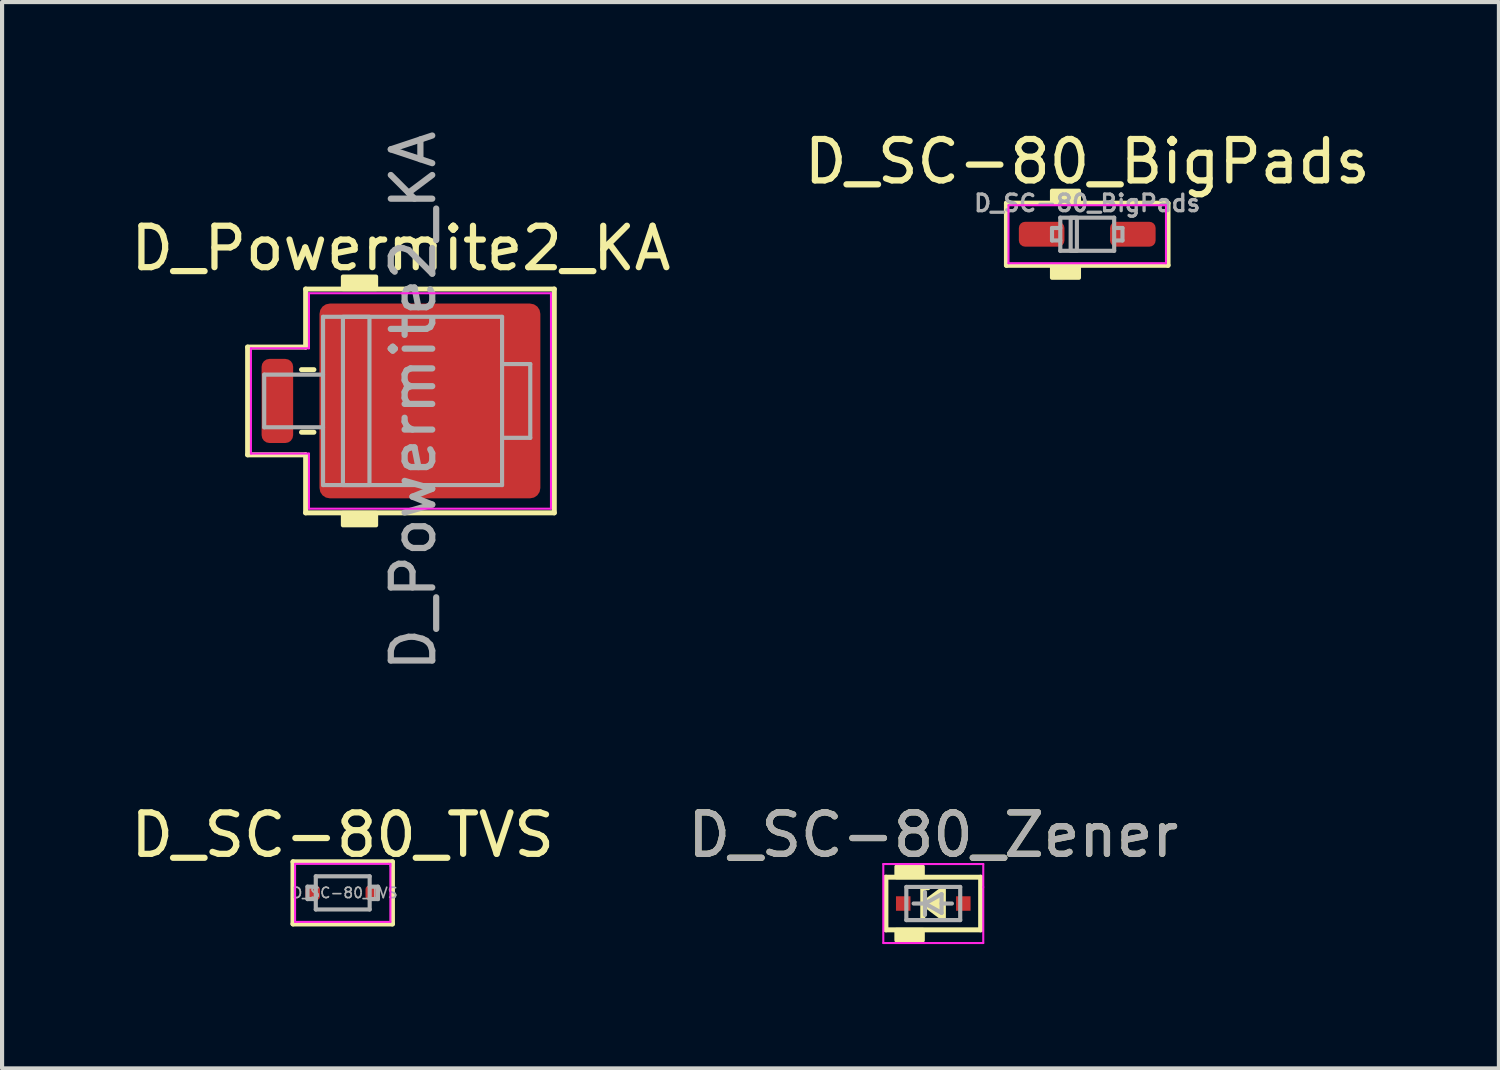
<source format=kicad_pcb>
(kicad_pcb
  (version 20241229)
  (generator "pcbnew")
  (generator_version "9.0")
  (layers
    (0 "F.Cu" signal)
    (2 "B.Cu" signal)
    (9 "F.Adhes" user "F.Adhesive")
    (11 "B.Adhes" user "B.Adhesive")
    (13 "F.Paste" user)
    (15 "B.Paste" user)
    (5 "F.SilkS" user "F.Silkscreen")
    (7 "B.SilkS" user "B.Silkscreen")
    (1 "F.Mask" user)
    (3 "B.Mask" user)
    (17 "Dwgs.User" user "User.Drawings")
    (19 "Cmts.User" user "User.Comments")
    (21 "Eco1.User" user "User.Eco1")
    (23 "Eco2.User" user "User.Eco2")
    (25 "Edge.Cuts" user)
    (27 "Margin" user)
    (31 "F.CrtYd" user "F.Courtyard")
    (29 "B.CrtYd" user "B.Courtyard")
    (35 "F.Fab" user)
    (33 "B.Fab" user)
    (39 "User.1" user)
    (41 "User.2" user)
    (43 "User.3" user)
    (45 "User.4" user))
  (footprint "D_Powermite2_KA"
    (layer "F.Cu")
    (at 6.625 6.625)
    (property "Reference" "D_Powermite2_KA" (at 0 -3.683 0) (layer "F.SilkS") (effects (font (size 1 1) (thickness 0.15))))
    (attr smd)
    (fp_line (start -3.7 -1.3) (end -2.3 -1.3) (stroke (width 0.12) (type solid)) (layer "F.SilkS"))
    (fp_line (start -3.7 1.3) (end -3.7 -1.3) (stroke (width 0.12) (type solid)) (layer "F.SilkS"))
    (fp_line (start -2.4 -0.755) (end -2.1 -0.755) (stroke (width 0.12) (type solid)) (layer "F.SilkS"))
    (fp_line (start -2.4 0.755) (end -2.1 0.755) (stroke (width 0.12) (type solid)) (layer "F.SilkS"))
    (fp_line (start -2.3 -2.7) (end -2.3 -1.3) (stroke (width 0.12) (type solid)) (layer "F.SilkS"))
    (fp_line (start -2.3 -2.7) (end 3.7 -2.7) (stroke (width 0.12) (type solid)) (layer "F.SilkS"))
    (fp_line (start -2.3 1.3) (end -3.7 1.3) (stroke (width 0.12) (type solid)) (layer "F.SilkS"))
    (fp_line (start -2.3 2.7) (end -2.3 1.3) (stroke (width 0.12) (type solid)) (layer "F.SilkS"))
    (fp_line (start -2.3 2.7) (end 3.7 2.7) (stroke (width 0.12) (type solid)) (layer "F.SilkS"))
    (fp_line (start 3.7 2.7) (end 3.7 -2.7) (stroke (width 0.12) (type solid)) (layer "F.SilkS"))
    (fp_poly (pts (xy -0.6 -2.7) (xy -1.4 -2.7) (xy -1.4 -3) (xy -0.6 -3)) (stroke (width 0.1) (type solid)) (fill yes) (layer "F.SilkS"))
    (fp_poly (pts (xy -0.6 3) (xy -1.4 3) (xy -1.4 2.7) (xy -0.6 2.7)) (stroke (width 0.1) (type solid)) (fill yes) (layer "F.SilkS"))
    (fp_line (start -3.62 -1.27) (end -3.62 1.27) (stroke (width 0.05) (type solid)) (layer "F.CrtYd"))
    (fp_line (start -3.62 1.27) (end -2.22 1.27) (stroke (width 0.05) (type solid)) (layer "F.CrtYd"))
    (fp_line (start -2.22 -2.6) (end -2.22 -1.27) (stroke (width 0.05) (type solid)) (layer "F.CrtYd"))
    (fp_line (start -2.22 -1.27) (end -3.62 -1.27) (stroke (width 0.05) (type solid)) (layer "F.CrtYd"))
    (fp_line (start -2.22 1.27) (end -2.22 2.6) (stroke (width 0.05) (type solid)) (layer "F.CrtYd"))
    (fp_line (start -2.22 2.6) (end 3.62 2.6) (stroke (width 0.05) (type solid)) (layer "F.CrtYd"))
    (fp_line (start 3.62 -2.6) (end -2.22 -2.6) (stroke (width 0.05) (type solid)) (layer "F.CrtYd"))
    (fp_line (start 3.62 2.6) (end 3.62 -2.6) (stroke (width 0.05) (type solid)) (layer "F.CrtYd"))
    (fp_line (start -3.3 -0.635) (end -3.3 0.635) (stroke (width 0.1) (type solid)) (layer "F.Fab"))
    (fp_line (start -3.3 -0.635) (end -1.88 -0.635) (stroke (width 0.1) (type solid)) (layer "F.Fab"))
    (fp_line (start -3.3 0.635) (end -1.88 0.635) (stroke (width 0.1) (type solid)) (layer "F.Fab"))
    (fp_line (start -1.88 -2.03) (end -1.88 2.03) (stroke (width 0.1) (type solid)) (layer "F.Fab"))
    (fp_line (start -1.88 2.03) (end 2.44 2.03) (stroke (width 0.1) (type solid)) (layer "F.Fab"))
    (fp_line (start 2.44 -2.03) (end -1.88 -2.03) (stroke (width 0.1) (type solid)) (layer "F.Fab"))
    (fp_line (start 2.44 -0.89) (end 3.12 -0.89) (stroke (width 0.1) (type solid)) (layer "F.Fab"))
    (fp_line (start 2.44 2.03) (end 2.44 -2.03) (stroke (width 0.1) (type solid)) (layer "F.Fab"))
    (fp_line (start 3.12 -0.89) (end 3.12 0.89) (stroke (width 0.1) (type solid)) (layer "F.Fab"))
    (fp_line (start 3.12 0.89) (end 2.44 0.89) (stroke (width 0.1) (type solid)) (layer "F.Fab"))
    (fp_rect (start -1.4 -2.03) (end -0.76 2.03) (stroke (width 0.1) (type solid)) (fill no) (layer "F.Fab"))
    (fp_text user "${REFERENCE}" (at 0.3 0 90) (layer "F.Fab") (effects (font (size 1 1) (thickness 0.15))))
    (pad "" smd roundrect (at -0.7 1.2) (size 2.3 2) (layers "F.Paste") (roundrect_rratio 0.125))
    (pad "" smd roundrect (at -0.65 -1.2) (size 2.3 2) (layers "F.Paste") (roundrect_rratio 0.125))
    (pad "" smd roundrect (at 2.1 -1.2) (size 2.3 2) (layers "F.Paste") (roundrect_rratio 0.125))
    (pad "" smd roundrect (at 2.1 1.2) (size 2.3 2) (layers "F.Paste") (roundrect_rratio 0.125))
    (pad "1" smd roundrect (at -2.982 0) (size 0.762 2.03) (layers "F.Cu" "F.Mask" "F.Paste") (roundrect_rratio 0.25))
    (pad "2" smd roundrect (at 0.699 0) (size 5.33 4.7) (layers "F.Cu" "F.Mask") (roundrect_rratio 0.053)))
  (footprint "D_SC-80_Zener"
    (layer "F.Cu")
    (at 19.47 18.752)
    (property "Reference" "D_SC-80_Zener" (at 0 -1.654 0) (layer "F.SilkS") (effects (font (size 1 1) (thickness 0.15))))
    (attr smd)
    (fp_line (start -1.143 -0.635) (end 1.143 -0.635) (stroke (width 0.12) (type solid)) (layer "F.SilkS"))
    (fp_line (start -1.143 0.635) (end -1.143 -0.635) (stroke (width 0.12) (type solid)) (layer "F.SilkS"))
    (fp_line (start -0.254 -0.381) (end -0.254 0.381) (stroke (width 0.12) (type solid)) (layer "F.SilkS"))
    (fp_line (start -0.254 -0.381) (end -0.127 -0.381) (stroke (width 0.12) (type solid)) (layer "F.SilkS"))
    (fp_line (start 1.143 -0.635) (end 1.143 0.635) (stroke (width 0.12) (type solid)) (layer "F.SilkS"))
    (fp_line (start 1.143 0.635) (end -1.143 0.635) (stroke (width 0.12) (type solid)) (layer "F.SilkS"))
    (fp_poly (pts (xy 0.254 0.381) (xy -0.254 0) (xy 0.254 -0.381)) (stroke (width 0.1) (type solid)) (fill yes) (layer "F.SilkS"))
    (fp_poly (pts (xy -0.254 -0.635) (xy -0.889 -0.635) (xy -0.889 -0.889) (xy -0.254 -0.889)) (stroke (width 0.1) (type solid)) (fill yes) (layer "F.SilkS"))
    (fp_poly (pts (xy -0.254 0.889) (xy -0.889 0.889) (xy -0.889 0.635) (xy -0.254 0.635)) (stroke (width 0.1) (type solid)) (fill yes) (layer "F.SilkS"))
    (fp_line (start -1.206 -0.953) (end 1.044 -0.953) (stroke (width 0.05) (type solid)) (layer "F.CrtYd"))
    (fp_line (start -1.206 0.953) (end -1.206 -0.953) (stroke (width 0.05) (type solid)) (layer "F.CrtYd"))
    (fp_line (start 1.044 -0.953) (end 1.206 -0.953) (stroke (width 0.05) (type solid)) (layer "F.CrtYd"))
    (fp_line (start 1.206 -0.953) (end 1.206 -0.395) (stroke (width 0.05) (type solid)) (layer "F.CrtYd"))
    (fp_line (start 1.206 -0.398) (end 1.206 0.953) (stroke (width 0.05) (type solid)) (layer "F.CrtYd"))
    (fp_line (start 1.206 0.953) (end -1.206 0.953) (stroke (width 0.05) (type solid)) (layer "F.CrtYd"))
    (fp_line (start -0.65 -0.4) (end 0.65 -0.4) (stroke (width 0.1) (type solid)) (layer "F.Fab"))
    (fp_line (start -0.65 0.4) (end -0.65 -0.4) (stroke (width 0.1) (type solid)) (layer "F.Fab"))
    (fp_line (start -0.2 -0.275) (end -0.2 0.275) (stroke (width 0.1) (type solid)) (layer "F.Fab"))
    (fp_line (start -0.2 0) (end -0.475 0) (stroke (width 0.1) (type solid)) (layer "F.Fab"))
    (fp_line (start -0.2 0) (end 0.2 -0.225) (stroke (width 0.1) (type solid)) (layer "F.Fab"))
    (fp_line (start 0.2 -0.225) (end 0.2 0.225) (stroke (width 0.1) (type solid)) (layer "F.Fab"))
    (fp_line (start 0.2 0) (end 0.45 0) (stroke (width 0.1) (type solid)) (layer "F.Fab"))
    (fp_line (start 0.2 0.225) (end -0.2 0) (stroke (width 0.1) (type solid)) (layer "F.Fab"))
    (fp_line (start 0.65 -0.4) (end 0.65 0.4) (stroke (width 0.1) (type solid)) (layer "F.Fab"))
    (fp_line (start 0.65 0.4) (end -0.65 0.4) (stroke (width 0.1) (type solid)) (layer "F.Fab"))
    (fp_text user "${REFERENCE}" (at 0 -1.654 0) (layer "F.Fab") (effects (font (size 1 1) (thickness 0.15))))
    (pad "1" smd rect (at -0.725 0) (size 0.35 0.35) (layers "F.Cu" "F.Mask" "F.Paste"))
    (pad "2" smd rect (at 0.725 0) (size 0.35 0.35) (layers "F.Cu" "F.Mask" "F.Paste")))
  (footprint "D_SC-80_BigPads"
    (layer "F.Cu")
    (at 23.185 2.602)
    (property "Reference" "D_SC-80_BigPads" (at 0 -1.754 0) (layer "F.SilkS") (effects (font (size 1 1) (thickness 0.15))))
    (attr smd)
    (fp_line (start -1.95 -0.75) (end -1.95 0.75) (stroke (width 0.12) (type solid)) (layer "F.SilkS"))
    (fp_line (start -1.95 0.75) (end 1.95 0.75) (stroke (width 0.12) (type solid)) (layer "F.SilkS"))
    (fp_line (start 1.95 -0.75) (end -1.95 -0.75) (stroke (width 0.12) (type solid)) (layer "F.SilkS"))
    (fp_line (start 1.95 0.75) (end 1.95 -0.75) (stroke (width 0.12) (type solid)) (layer "F.SilkS"))
    (fp_poly (pts (xy -0.2 -0.75) (xy -0.85 -0.75) (xy -0.85 -1.05) (xy -0.2 -1.05)) (stroke (width 0.1) (type solid)) (fill yes) (layer "F.SilkS"))
    (fp_poly (pts (xy -0.2 1.05) (xy -0.85 1.05) (xy -0.85 0.75) (xy -0.2 0.75)) (stroke (width 0.1) (type solid)) (fill yes) (layer "F.SilkS"))
    (fp_line (start -1.9 0.7) (end -1.9 -0.7) (stroke (width 0.05) (type solid)) (layer "F.CrtYd"))
    (fp_line (start -1.9 0.7) (end 1.9 0.7) (stroke (width 0.05) (type solid)) (layer "F.CrtYd"))
    (fp_line (start 1.9 -0.7) (end -1.9 -0.7) (stroke (width 0.05) (type solid)) (layer "F.CrtYd"))
    (fp_line (start 1.9 -0.7) (end 1.9 0.7) (stroke (width 0.05) (type solid)) (layer "F.CrtYd"))
    (fp_line (start -0.85 -0.15) (end -0.85 0.15) (stroke (width 0.1) (type solid)) (layer "F.Fab"))
    (fp_line (start -0.85 0.15) (end -0.65 0.15) (stroke (width 0.1) (type solid)) (layer "F.Fab"))
    (fp_line (start -0.65 -0.4) (end 0.65 -0.4) (stroke (width 0.1) (type solid)) (layer "F.Fab"))
    (fp_line (start -0.65 -0.15) (end -0.85 -0.15) (stroke (width 0.1) (type solid)) (layer "F.Fab"))
    (fp_line (start -0.65 0.4) (end -0.65 -0.4) (stroke (width 0.1) (type solid)) (layer "F.Fab"))
    (fp_line (start 0.65 -0.4) (end 0.65 0.4) (stroke (width 0.1) (type solid)) (layer "F.Fab"))
    (fp_line (start 0.65 0.15) (end 0.85 0.15) (stroke (width 0.1) (type solid)) (layer "F.Fab"))
    (fp_line (start 0.65 0.4) (end -0.65 0.4) (stroke (width 0.1) (type solid)) (layer "F.Fab"))
    (fp_line (start 0.85 -0.15) (end 0.65 -0.15) (stroke (width 0.1) (type solid)) (layer "F.Fab"))
    (fp_line (start 0.85 0.15) (end 0.85 -0.15) (stroke (width 0.1) (type solid)) (layer "F.Fab"))
    (fp_rect (start -0.25 -0.4) (end -0.4 0.4) (stroke (width 0.1) (type solid)) (fill no) (layer "F.Fab"))
    (fp_text user "${REFERENCE}" (at 0 -0.75 0) (layer "F.Fab") (effects (font (size 0.4 0.4) (thickness 0.08))))
    (pad "1" smd roundrect (at -1.1 0) (size 1.1 0.6) (layers "F.Cu" "F.Mask" "F.Paste") (roundrect_rratio 0.25))
    (pad "2" smd roundrect (at 1.1 0) (size 1.1 0.6) (layers "F.Cu" "F.Mask" "F.Paste") (roundrect_rratio 0.25)))
  (footprint "D_SC-80_TVS"
    (layer "F.Cu")
    (at 5.22 18.495)
    (property "Reference" "D_SC-80_TVS" (at 0 -1.397 0) (layer "F.SilkS") (effects (font (size 1 1) (thickness 0.15))))
    (attr smd)
    (fp_line (start -1.2 -0.75) (end -1.2 0.75) (stroke (width 0.12) (type solid)) (layer "F.SilkS"))
    (fp_line (start -1.2 0.75) (end 1.2 0.75) (stroke (width 0.12) (type solid)) (layer "F.SilkS"))
    (fp_line (start 1.2 -0.75) (end -1.2 -0.75) (stroke (width 0.12) (type solid)) (layer "F.SilkS"))
    (fp_line (start 1.2 0.75) (end 1.2 -0.75) (stroke (width 0.12) (type solid)) (layer "F.SilkS"))
    (fp_line (start -1.15 -0.7) (end 1.1 -0.7) (stroke (width 0.05) (type solid)) (layer "F.CrtYd"))
    (fp_line (start -1.15 0.7) (end -1.15 -0.7) (stroke (width 0.05) (type solid)) (layer "F.CrtYd"))
    (fp_line (start 1.1 -0.7) (end 1.15 -0.7) (stroke (width 0.05) (type solid)) (layer "F.CrtYd"))
    (fp_line (start 1.15 -0.7) (end 1.15 -0.65) (stroke (width 0.05) (type solid)) (layer "F.CrtYd"))
    (fp_line (start 1.15 -0.65) (end 1.15 0.7) (stroke (width 0.05) (type solid)) (layer "F.CrtYd"))
    (fp_line (start 1.15 0.7) (end -1.15 0.7) (stroke (width 0.05) (type solid)) (layer "F.CrtYd"))
    (fp_line (start -0.85 -0.15) (end -0.85 0.15) (stroke (width 0.1) (type solid)) (layer "F.Fab"))
    (fp_line (start -0.85 0.15) (end -0.65 0.15) (stroke (width 0.1) (type solid)) (layer "F.Fab"))
    (fp_line (start -0.65 -0.4) (end 0.65 -0.4) (stroke (width 0.1) (type solid)) (layer "F.Fab"))
    (fp_line (start -0.65 -0.15) (end -0.85 -0.15) (stroke (width 0.1) (type solid)) (layer "F.Fab"))
    (fp_line (start -0.65 0.4) (end -0.65 -0.4) (stroke (width 0.1) (type solid)) (layer "F.Fab"))
    (fp_line (start 0.65 -0.4) (end 0.65 0.4) (stroke (width 0.1) (type solid)) (layer "F.Fab"))
    (fp_line (start 0.65 0.15) (end 0.85 0.15) (stroke (width 0.1) (type solid)) (layer "F.Fab"))
    (fp_line (start 0.65 0.4) (end -0.65 0.4) (stroke (width 0.1) (type solid)) (layer "F.Fab"))
    (fp_line (start 0.85 -0.15) (end 0.65 -0.15) (stroke (width 0.1) (type solid)) (layer "F.Fab"))
    (fp_line (start 0.85 0.15) (end 0.85 -0.15) (stroke (width 0.1) (type solid)) (layer "F.Fab"))
    (fp_text user "${REFERENCE}" (at 0.05 0 0) (layer "F.Fab") (effects (font (size 0.25 0.25) (thickness 0.04))))
    (pad "1" smd roundrect (at -0.725 0) (size 0.35 0.35) (layers "F.Cu" "F.Mask" "F.Paste") (roundrect_rratio 0.25))
    (pad "2" smd roundrect (at 0.725 0) (size 0.35 0.35) (layers "F.Cu" "F.Mask" "F.Paste") (roundrect_rratio 0.25)))
  (gr_rect
    (start -3 -3)
    (end 33.119 22.73)
    (stroke (width 0.1) (type default))
    (fill no)
    (layer "Edge.Cuts")))
</source>
